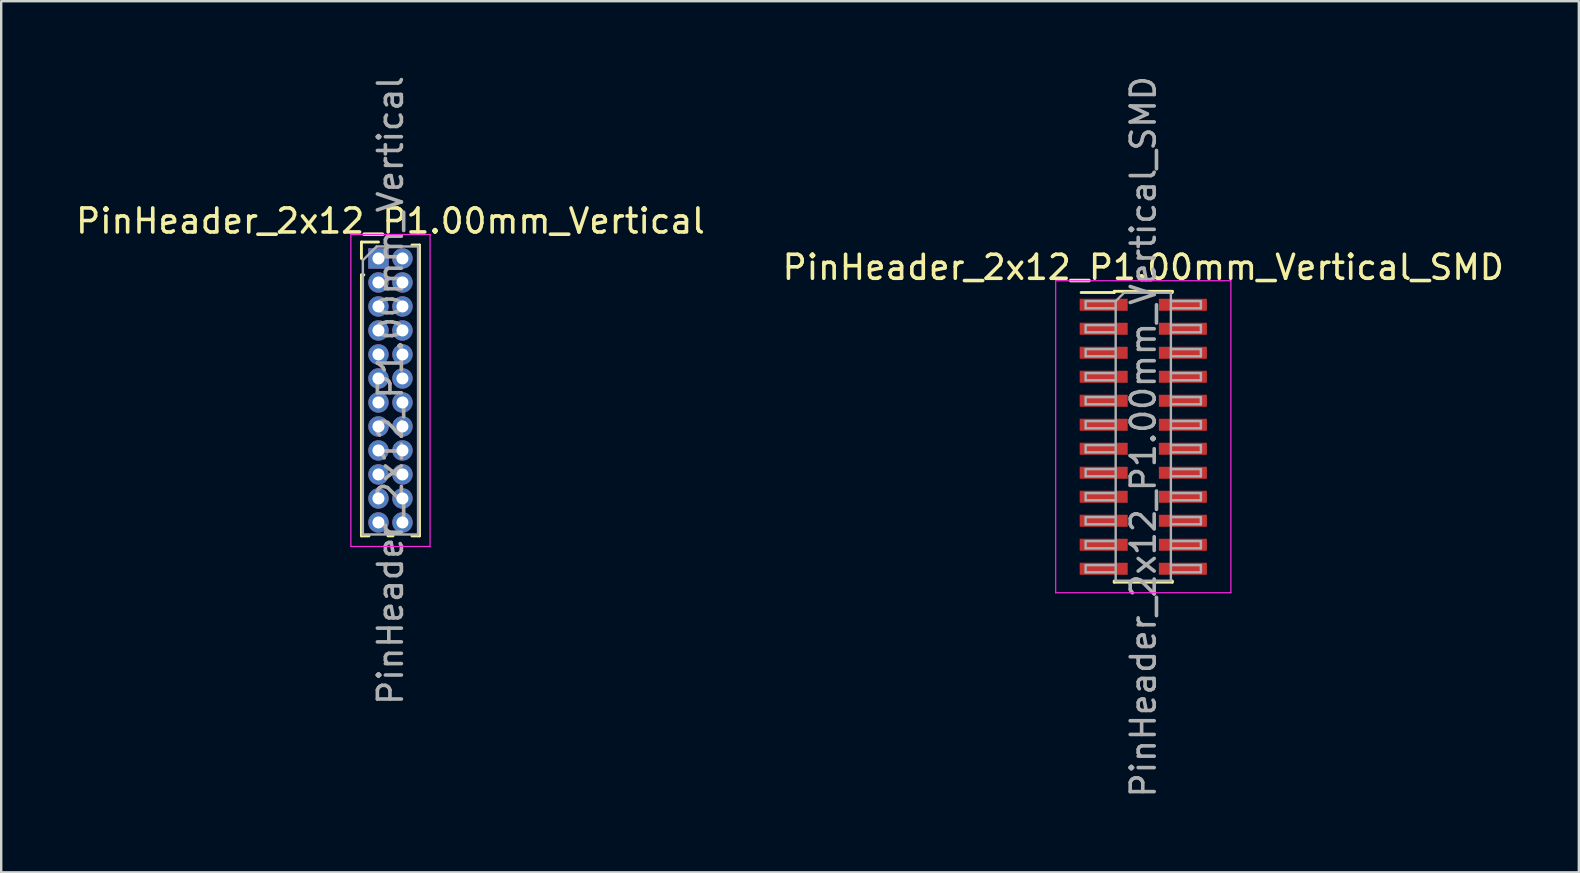
<source format=kicad_pcb>
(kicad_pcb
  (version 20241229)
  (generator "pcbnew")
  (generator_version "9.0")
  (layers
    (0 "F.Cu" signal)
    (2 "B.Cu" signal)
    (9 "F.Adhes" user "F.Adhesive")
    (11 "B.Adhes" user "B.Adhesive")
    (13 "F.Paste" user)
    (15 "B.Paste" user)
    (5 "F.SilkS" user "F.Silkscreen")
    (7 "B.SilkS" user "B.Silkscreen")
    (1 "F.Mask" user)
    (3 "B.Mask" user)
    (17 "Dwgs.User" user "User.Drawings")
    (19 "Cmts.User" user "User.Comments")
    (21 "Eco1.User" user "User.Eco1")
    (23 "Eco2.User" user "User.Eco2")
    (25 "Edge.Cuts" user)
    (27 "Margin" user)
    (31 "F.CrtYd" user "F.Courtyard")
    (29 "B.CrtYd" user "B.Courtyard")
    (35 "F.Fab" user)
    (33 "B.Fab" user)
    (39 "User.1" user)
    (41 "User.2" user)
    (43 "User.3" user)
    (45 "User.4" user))
  (footprint "PinHeader_2x12_P1.00mm_Vertical_SMD"
    (layer "F.Cu")
    (at 44.589 15.149)
    (property "Reference" "PinHeader_2x12_P1.00mm_Vertical_SMD" (at 0 -7.06 0) (layer "F.SilkS") (effects (font (size 1 1) (thickness 0.15))))
    (attr smd)
    (fp_line (start -2.59 -6.01) (end -1.21 -6.01) (stroke (width 0.12) (type solid)) (layer "F.SilkS"))
    (fp_line (start -1.21 -6.06) (end -1.21 -6.01) (stroke (width 0.12) (type solid)) (layer "F.SilkS"))
    (fp_line (start -1.21 -6.06) (end 1.21 -6.06) (stroke (width 0.12) (type solid)) (layer "F.SilkS"))
    (fp_line (start -1.21 6.01) (end -1.21 6.06) (stroke (width 0.12) (type solid)) (layer "F.SilkS"))
    (fp_line (start -1.21 6.06) (end 1.21 6.06) (stroke (width 0.12) (type solid)) (layer "F.SilkS"))
    (fp_line (start 1.21 -6.06) (end 1.21 -6.01) (stroke (width 0.12) (type solid)) (layer "F.SilkS"))
    (fp_line (start 1.21 6.01) (end 1.21 6.06) (stroke (width 0.12) (type solid)) (layer "F.SilkS"))
    (fp_line (start -3.65 -6.5) (end -3.65 6.5) (stroke (width 0.05) (type solid)) (layer "F.CrtYd"))
    (fp_line (start -3.65 6.5) (end 3.65 6.5) (stroke (width 0.05) (type solid)) (layer "F.CrtYd"))
    (fp_line (start 3.65 -6.5) (end -3.65 -6.5) (stroke (width 0.05) (type solid)) (layer "F.CrtYd"))
    (fp_line (start 3.65 6.5) (end 3.65 -6.5) (stroke (width 0.05) (type solid)) (layer "F.CrtYd"))
    (fp_line (start -2.4 -5.65) (end -2.4 -5.35) (stroke (width 0.1) (type solid)) (layer "F.Fab"))
    (fp_line (start -2.4 -5.35) (end -1.15 -5.35) (stroke (width 0.1) (type solid)) (layer "F.Fab"))
    (fp_line (start -2.4 -4.65) (end -2.4 -4.35) (stroke (width 0.1) (type solid)) (layer "F.Fab"))
    (fp_line (start -2.4 -4.35) (end -1.15 -4.35) (stroke (width 0.1) (type solid)) (layer "F.Fab"))
    (fp_line (start -2.4 -3.65) (end -2.4 -3.35) (stroke (width 0.1) (type solid)) (layer "F.Fab"))
    (fp_line (start -2.4 -3.35) (end -1.15 -3.35) (stroke (width 0.1) (type solid)) (layer "F.Fab"))
    (fp_line (start -2.4 -2.65) (end -2.4 -2.35) (stroke (width 0.1) (type solid)) (layer "F.Fab"))
    (fp_line (start -2.4 -2.35) (end -1.15 -2.35) (stroke (width 0.1) (type solid)) (layer "F.Fab"))
    (fp_line (start -2.4 -1.65) (end -2.4 -1.35) (stroke (width 0.1) (type solid)) (layer "F.Fab"))
    (fp_line (start -2.4 -1.35) (end -1.15 -1.35) (stroke (width 0.1) (type solid)) (layer "F.Fab"))
    (fp_line (start -2.4 -0.65) (end -2.4 -0.35) (stroke (width 0.1) (type solid)) (layer "F.Fab"))
    (fp_line (start -2.4 -0.35) (end -1.15 -0.35) (stroke (width 0.1) (type solid)) (layer "F.Fab"))
    (fp_line (start -2.4 0.35) (end -2.4 0.65) (stroke (width 0.1) (type solid)) (layer "F.Fab"))
    (fp_line (start -2.4 0.65) (end -1.15 0.65) (stroke (width 0.1) (type solid)) (layer "F.Fab"))
    (fp_line (start -2.4 1.35) (end -2.4 1.65) (stroke (width 0.1) (type solid)) (layer "F.Fab"))
    (fp_line (start -2.4 1.65) (end -1.15 1.65) (stroke (width 0.1) (type solid)) (layer "F.Fab"))
    (fp_line (start -2.4 2.35) (end -2.4 2.65) (stroke (width 0.1) (type solid)) (layer "F.Fab"))
    (fp_line (start -2.4 2.65) (end -1.15 2.65) (stroke (width 0.1) (type solid)) (layer "F.Fab"))
    (fp_line (start -2.4 3.35) (end -2.4 3.65) (stroke (width 0.1) (type solid)) (layer "F.Fab"))
    (fp_line (start -2.4 3.65) (end -1.15 3.65) (stroke (width 0.1) (type solid)) (layer "F.Fab"))
    (fp_line (start -2.4 4.35) (end -2.4 4.65) (stroke (width 0.1) (type solid)) (layer "F.Fab"))
    (fp_line (start -2.4 4.65) (end -1.15 4.65) (stroke (width 0.1) (type solid)) (layer "F.Fab"))
    (fp_line (start -2.4 5.35) (end -2.4 5.65) (stroke (width 0.1) (type solid)) (layer "F.Fab"))
    (fp_line (start -2.4 5.65) (end -1.15 5.65) (stroke (width 0.1) (type solid)) (layer "F.Fab"))
    (fp_line (start -1.15 -5.65) (end -2.4 -5.65) (stroke (width 0.1) (type solid)) (layer "F.Fab"))
    (fp_line (start -1.15 -5.65) (end -0.8 -6) (stroke (width 0.1) (type solid)) (layer "F.Fab"))
    (fp_line (start -1.15 -4.65) (end -2.4 -4.65) (stroke (width 0.1) (type solid)) (layer "F.Fab"))
    (fp_line (start -1.15 -3.65) (end -2.4 -3.65) (stroke (width 0.1) (type solid)) (layer "F.Fab"))
    (fp_line (start -1.15 -2.65) (end -2.4 -2.65) (stroke (width 0.1) (type solid)) (layer "F.Fab"))
    (fp_line (start -1.15 -1.65) (end -2.4 -1.65) (stroke (width 0.1) (type solid)) (layer "F.Fab"))
    (fp_line (start -1.15 -0.65) (end -2.4 -0.65) (stroke (width 0.1) (type solid)) (layer "F.Fab"))
    (fp_line (start -1.15 0.35) (end -2.4 0.35) (stroke (width 0.1) (type solid)) (layer "F.Fab"))
    (fp_line (start -1.15 1.35) (end -2.4 1.35) (stroke (width 0.1) (type solid)) (layer "F.Fab"))
    (fp_line (start -1.15 2.35) (end -2.4 2.35) (stroke (width 0.1) (type solid)) (layer "F.Fab"))
    (fp_line (start -1.15 3.35) (end -2.4 3.35) (stroke (width 0.1) (type solid)) (layer "F.Fab"))
    (fp_line (start -1.15 4.35) (end -2.4 4.35) (stroke (width 0.1) (type solid)) (layer "F.Fab"))
    (fp_line (start -1.15 5.35) (end -2.4 5.35) (stroke (width 0.1) (type solid)) (layer "F.Fab"))
    (fp_line (start -1.15 6) (end -1.15 -5.65) (stroke (width 0.1) (type solid)) (layer "F.Fab"))
    (fp_line (start -0.8 -6) (end 1.15 -6) (stroke (width 0.1) (type solid)) (layer "F.Fab"))
    (fp_line (start 1.15 -6) (end 1.15 6) (stroke (width 0.1) (type solid)) (layer "F.Fab"))
    (fp_line (start 1.15 -5.65) (end 2.4 -5.65) (stroke (width 0.1) (type solid)) (layer "F.Fab"))
    (fp_line (start 1.15 -4.65) (end 2.4 -4.65) (stroke (width 0.1) (type solid)) (layer "F.Fab"))
    (fp_line (start 1.15 -3.65) (end 2.4 -3.65) (stroke (width 0.1) (type solid)) (layer "F.Fab"))
    (fp_line (start 1.15 -2.65) (end 2.4 -2.65) (stroke (width 0.1) (type solid)) (layer "F.Fab"))
    (fp_line (start 1.15 -1.65) (end 2.4 -1.65) (stroke (width 0.1) (type solid)) (layer "F.Fab"))
    (fp_line (start 1.15 -0.65) (end 2.4 -0.65) (stroke (width 0.1) (type solid)) (layer "F.Fab"))
    (fp_line (start 1.15 0.35) (end 2.4 0.35) (stroke (width 0.1) (type solid)) (layer "F.Fab"))
    (fp_line (start 1.15 1.35) (end 2.4 1.35) (stroke (width 0.1) (type solid)) (layer "F.Fab"))
    (fp_line (start 1.15 2.35) (end 2.4 2.35) (stroke (width 0.1) (type solid)) (layer "F.Fab"))
    (fp_line (start 1.15 3.35) (end 2.4 3.35) (stroke (width 0.1) (type solid)) (layer "F.Fab"))
    (fp_line (start 1.15 4.35) (end 2.4 4.35) (stroke (width 0.1) (type solid)) (layer "F.Fab"))
    (fp_line (start 1.15 5.35) (end 2.4 5.35) (stroke (width 0.1) (type solid)) (layer "F.Fab"))
    (fp_line (start 1.15 6) (end -1.15 6) (stroke (width 0.1) (type solid)) (layer "F.Fab"))
    (fp_line (start 2.4 -5.65) (end 2.4 -5.35) (stroke (width 0.1) (type solid)) (layer "F.Fab"))
    (fp_line (start 2.4 -5.35) (end 1.15 -5.35) (stroke (width 0.1) (type solid)) (layer "F.Fab"))
    (fp_line (start 2.4 -4.65) (end 2.4 -4.35) (stroke (width 0.1) (type solid)) (layer "F.Fab"))
    (fp_line (start 2.4 -4.35) (end 1.15 -4.35) (stroke (width 0.1) (type solid)) (layer "F.Fab"))
    (fp_line (start 2.4 -3.65) (end 2.4 -3.35) (stroke (width 0.1) (type solid)) (layer "F.Fab"))
    (fp_line (start 2.4 -3.35) (end 1.15 -3.35) (stroke (width 0.1) (type solid)) (layer "F.Fab"))
    (fp_line (start 2.4 -2.65) (end 2.4 -2.35) (stroke (width 0.1) (type solid)) (layer "F.Fab"))
    (fp_line (start 2.4 -2.35) (end 1.15 -2.35) (stroke (width 0.1) (type solid)) (layer "F.Fab"))
    (fp_line (start 2.4 -1.65) (end 2.4 -1.35) (stroke (width 0.1) (type solid)) (layer "F.Fab"))
    (fp_line (start 2.4 -1.35) (end 1.15 -1.35) (stroke (width 0.1) (type solid)) (layer "F.Fab"))
    (fp_line (start 2.4 -0.65) (end 2.4 -0.35) (stroke (width 0.1) (type solid)) (layer "F.Fab"))
    (fp_line (start 2.4 -0.35) (end 1.15 -0.35) (stroke (width 0.1) (type solid)) (layer "F.Fab"))
    (fp_line (start 2.4 0.35) (end 2.4 0.65) (stroke (width 0.1) (type solid)) (layer "F.Fab"))
    (fp_line (start 2.4 0.65) (end 1.15 0.65) (stroke (width 0.1) (type solid)) (layer "F.Fab"))
    (fp_line (start 2.4 1.35) (end 2.4 1.65) (stroke (width 0.1) (type solid)) (layer "F.Fab"))
    (fp_line (start 2.4 1.65) (end 1.15 1.65) (stroke (width 0.1) (type solid)) (layer "F.Fab"))
    (fp_line (start 2.4 2.35) (end 2.4 2.65) (stroke (width 0.1) (type solid)) (layer "F.Fab"))
    (fp_line (start 2.4 2.65) (end 1.15 2.65) (stroke (width 0.1) (type solid)) (layer "F.Fab"))
    (fp_line (start 2.4 3.35) (end 2.4 3.65) (stroke (width 0.1) (type solid)) (layer "F.Fab"))
    (fp_line (start 2.4 3.65) (end 1.15 3.65) (stroke (width 0.1) (type solid)) (layer "F.Fab"))
    (fp_line (start 2.4 4.35) (end 2.4 4.65) (stroke (width 0.1) (type solid)) (layer "F.Fab"))
    (fp_line (start 2.4 4.65) (end 1.15 4.65) (stroke (width 0.1) (type solid)) (layer "F.Fab"))
    (fp_line (start 2.4 5.35) (end 2.4 5.65) (stroke (width 0.1) (type solid)) (layer "F.Fab"))
    (fp_line (start 2.4 5.65) (end 1.15 5.65) (stroke (width 0.1) (type solid)) (layer "F.Fab"))
    (fp_text user "${REFERENCE}" (at 0 0 90) (layer "F.Fab") (effects (font (size 1 1) (thickness 0.15))))
    (pad "1" smd rect (at -1.65 -5.5) (size 2 0.5) (layers "F.Cu" "F.Mask" "F.Paste"))
    (pad "2" smd rect (at 1.65 -5.5) (size 2 0.5) (layers "F.Cu" "F.Mask" "F.Paste"))
    (pad "3" smd rect (at -1.65 -4.5) (size 2 0.5) (layers "F.Cu" "F.Mask" "F.Paste"))
    (pad "4" smd rect (at 1.65 -4.5) (size 2 0.5) (layers "F.Cu" "F.Mask" "F.Paste"))
    (pad "5" smd rect (at -1.65 -3.5) (size 2 0.5) (layers "F.Cu" "F.Mask" "F.Paste"))
    (pad "6" smd rect (at 1.65 -3.5) (size 2 0.5) (layers "F.Cu" "F.Mask" "F.Paste"))
    (pad "7" smd rect (at -1.65 -2.5) (size 2 0.5) (layers "F.Cu" "F.Mask" "F.Paste"))
    (pad "8" smd rect (at 1.65 -2.5) (size 2 0.5) (layers "F.Cu" "F.Mask" "F.Paste"))
    (pad "9" smd rect (at -1.65 -1.5) (size 2 0.5) (layers "F.Cu" "F.Mask" "F.Paste"))
    (pad "10" smd rect (at 1.65 -1.5) (size 2 0.5) (layers "F.Cu" "F.Mask" "F.Paste"))
    (pad "11" smd rect (at -1.65 -0.5) (size 2 0.5) (layers "F.Cu" "F.Mask" "F.Paste"))
    (pad "12" smd rect (at 1.65 -0.5) (size 2 0.5) (layers "F.Cu" "F.Mask" "F.Paste"))
    (pad "13" smd rect (at -1.65 0.5) (size 2 0.5) (layers "F.Cu" "F.Mask" "F.Paste"))
    (pad "14" smd rect (at 1.65 0.5) (size 2 0.5) (layers "F.Cu" "F.Mask" "F.Paste"))
    (pad "15" smd rect (at -1.65 1.5) (size 2 0.5) (layers "F.Cu" "F.Mask" "F.Paste"))
    (pad "16" smd rect (at 1.65 1.5) (size 2 0.5) (layers "F.Cu" "F.Mask" "F.Paste"))
    (pad "17" smd rect (at -1.65 2.5) (size 2 0.5) (layers "F.Cu" "F.Mask" "F.Paste"))
    (pad "18" smd rect (at 1.65 2.5) (size 2 0.5) (layers "F.Cu" "F.Mask" "F.Paste"))
    (pad "19" smd rect (at -1.65 3.5) (size 2 0.5) (layers "F.Cu" "F.Mask" "F.Paste"))
    (pad "20" smd rect (at 1.65 3.5) (size 2 0.5) (layers "F.Cu" "F.Mask" "F.Paste"))
    (pad "21" smd rect (at -1.65 4.5) (size 2 0.5) (layers "F.Cu" "F.Mask" "F.Paste"))
    (pad "22" smd rect (at 1.65 4.5) (size 2 0.5) (layers "F.Cu" "F.Mask" "F.Paste"))
    (pad "23" smd rect (at -1.65 5.5) (size 2 0.5) (layers "F.Cu" "F.Mask" "F.Paste"))
    (pad "24" smd rect (at 1.65 5.5) (size 2 0.5) (layers "F.Cu" "F.Mask" "F.Paste")))
  (footprint "PinHeader_2x12_P1.00mm_Vertical"
    (layer "F.Cu")
    (at 12.72 7.72)
    (property "Reference" "PinHeader_2x12_P1.00mm_Vertical" (at 0.5 -1.56 0) (layer "F.SilkS") (effects (font (size 1 1) (thickness 0.15))))
    (attr through_hole)
    (fp_line (start -0.71 -0.685) (end 0 -0.685) (stroke (width 0.12) (type solid)) (layer "F.SilkS"))
    (fp_line (start -0.71 0) (end -0.71 -0.685) (stroke (width 0.12) (type solid)) (layer "F.SilkS"))
    (fp_line (start -0.71 0.685) (end -0.71 11.56) (stroke (width 0.12) (type solid)) (layer "F.SilkS"))
    (fp_line (start -0.71 0.685) (end -0.608 0.685) (stroke (width 0.12) (type solid)) (layer "F.SilkS"))
    (fp_line (start -0.71 11.56) (end -0.394 11.56) (stroke (width 0.12) (type solid)) (layer "F.SilkS"))
    (fp_line (start 0.394 11.56) (end 0.606 11.56) (stroke (width 0.12) (type solid)) (layer "F.SilkS"))
    (fp_line (start 1.394 -0.56) (end 1.71 -0.56) (stroke (width 0.12) (type solid)) (layer "F.SilkS"))
    (fp_line (start 1.394 11.56) (end 1.71 11.56) (stroke (width 0.12) (type solid)) (layer "F.SilkS"))
    (fp_line (start 1.71 -0.56) (end 1.71 11.56) (stroke (width 0.12) (type solid)) (layer "F.SilkS"))
    (fp_line (start -1.15 -1) (end -1.15 12) (stroke (width 0.05) (type solid)) (layer "F.CrtYd"))
    (fp_line (start -1.15 12) (end 2.15 12) (stroke (width 0.05) (type solid)) (layer "F.CrtYd"))
    (fp_line (start 2.15 -1) (end -1.15 -1) (stroke (width 0.05) (type solid)) (layer "F.CrtYd"))
    (fp_line (start 2.15 12) (end 2.15 -1) (stroke (width 0.05) (type solid)) (layer "F.CrtYd"))
    (fp_line (start -0.65 0.075) (end -0.075 -0.5) (stroke (width 0.1) (type solid)) (layer "F.Fab"))
    (fp_line (start -0.65 11.5) (end -0.65 0.075) (stroke (width 0.1) (type solid)) (layer "F.Fab"))
    (fp_line (start -0.075 -0.5) (end 1.65 -0.5) (stroke (width 0.1) (type solid)) (layer "F.Fab"))
    (fp_line (start 1.65 -0.5) (end 1.65 11.5) (stroke (width 0.1) (type solid)) (layer "F.Fab"))
    (fp_line (start 1.65 11.5) (end -0.65 11.5) (stroke (width 0.1) (type solid)) (layer "F.Fab"))
    (fp_text user "${REFERENCE}" (at 0.5 5.5 90) (layer "F.Fab") (effects (font (size 1 1) (thickness 0.15))))
    (pad "1" thru_hole rect (at 0 0) (size 0.85 0.85) (drill 0.5) (layers "*.Cu" "*.Mask"))
    (pad "2" thru_hole oval (at 1 0) (size 0.85 0.85) (drill 0.5) (layers "*.Cu" "*.Mask"))
    (pad "3" thru_hole oval (at 0 1) (size 0.85 0.85) (drill 0.5) (layers "*.Cu" "*.Mask"))
    (pad "4" thru_hole oval (at 1 1) (size 0.85 0.85) (drill 0.5) (layers "*.Cu" "*.Mask"))
    (pad "5" thru_hole oval (at 0 2) (size 0.85 0.85) (drill 0.5) (layers "*.Cu" "*.Mask"))
    (pad "6" thru_hole oval (at 1 2) (size 0.85 0.85) (drill 0.5) (layers "*.Cu" "*.Mask"))
    (pad "7" thru_hole oval (at 0 3) (size 0.85 0.85) (drill 0.5) (layers "*.Cu" "*.Mask"))
    (pad "8" thru_hole oval (at 1 3) (size 0.85 0.85) (drill 0.5) (layers "*.Cu" "*.Mask"))
    (pad "9" thru_hole oval (at 0 4) (size 0.85 0.85) (drill 0.5) (layers "*.Cu" "*.Mask"))
    (pad "10" thru_hole oval (at 1 4) (size 0.85 0.85) (drill 0.5) (layers "*.Cu" "*.Mask"))
    (pad "11" thru_hole oval (at 0 5) (size 0.85 0.85) (drill 0.5) (layers "*.Cu" "*.Mask"))
    (pad "12" thru_hole oval (at 1 5) (size 0.85 0.85) (drill 0.5) (layers "*.Cu" "*.Mask"))
    (pad "13" thru_hole oval (at 0 6) (size 0.85 0.85) (drill 0.5) (layers "*.Cu" "*.Mask"))
    (pad "14" thru_hole oval (at 1 6) (size 0.85 0.85) (drill 0.5) (layers "*.Cu" "*.Mask"))
    (pad "15" thru_hole oval (at 0 7) (size 0.85 0.85) (drill 0.5) (layers "*.Cu" "*.Mask"))
    (pad "16" thru_hole oval (at 1 7) (size 0.85 0.85) (drill 0.5) (layers "*.Cu" "*.Mask"))
    (pad "17" thru_hole oval (at 0 8) (size 0.85 0.85) (drill 0.5) (layers "*.Cu" "*.Mask"))
    (pad "18" thru_hole oval (at 1 8) (size 0.85 0.85) (drill 0.5) (layers "*.Cu" "*.Mask"))
    (pad "19" thru_hole oval (at 0 9) (size 0.85 0.85) (drill 0.5) (layers "*.Cu" "*.Mask"))
    (pad "20" thru_hole oval (at 1 9) (size 0.85 0.85) (drill 0.5) (layers "*.Cu" "*.Mask"))
    (pad "21" thru_hole oval (at 0 10) (size 0.85 0.85) (drill 0.5) (layers "*.Cu" "*.Mask"))
    (pad "22" thru_hole oval (at 1 10) (size 0.85 0.85) (drill 0.5) (layers "*.Cu" "*.Mask"))
    (pad "23" thru_hole oval (at 0 11) (size 0.85 0.85) (drill 0.5) (layers "*.Cu" "*.Mask"))
    (pad "24" thru_hole oval (at 1 11) (size 0.85 0.85) (drill 0.5) (layers "*.Cu" "*.Mask")))
  (gr_rect
    (start -3 -3)
    (end 62.738 33.298)
    (stroke (width 0.1) (type default))
    (fill no)
    (layer "Edge.Cuts")))
</source>
